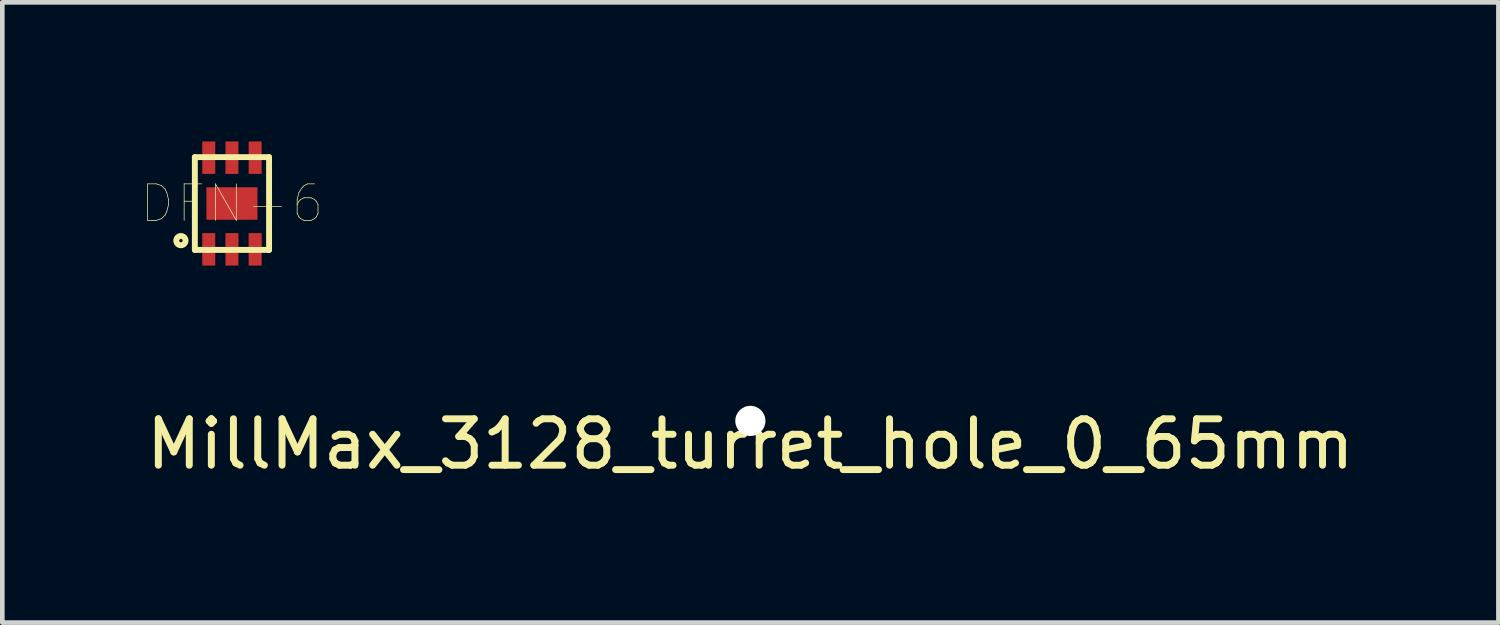
<source format=kicad_pcb>
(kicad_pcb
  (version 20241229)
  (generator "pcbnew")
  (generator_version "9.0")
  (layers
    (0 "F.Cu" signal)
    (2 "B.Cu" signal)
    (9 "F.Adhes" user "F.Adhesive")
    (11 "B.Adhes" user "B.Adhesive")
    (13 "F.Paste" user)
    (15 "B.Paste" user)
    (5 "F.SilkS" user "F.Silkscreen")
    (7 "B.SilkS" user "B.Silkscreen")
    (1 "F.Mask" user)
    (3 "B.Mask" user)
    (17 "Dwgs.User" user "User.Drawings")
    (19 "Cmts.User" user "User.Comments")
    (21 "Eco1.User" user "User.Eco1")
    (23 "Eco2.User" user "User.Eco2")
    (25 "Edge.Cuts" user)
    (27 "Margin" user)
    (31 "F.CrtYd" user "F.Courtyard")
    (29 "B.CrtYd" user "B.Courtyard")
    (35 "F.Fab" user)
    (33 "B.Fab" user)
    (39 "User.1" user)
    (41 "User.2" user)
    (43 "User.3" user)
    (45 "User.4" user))
  (footprint "DFN-6"
    (layer "F.Cu")
    (at 1.95 1.337)
    (property "Reference" "DFN-6" (at 0 0 0) (layer "F.SilkS") (effects (font (size 0.787 0.787) (thickness 0.015))))
    (attr through_hole)
    (fp_line (start -0.8 -1) (end 0.8 -1) (stroke (width 0.127) (type solid)) (layer "F.SilkS"))
    (fp_line (start -0.8 1) (end -0.8 -1) (stroke (width 0.127) (type solid)) (layer "F.SilkS"))
    (fp_line (start 0.8 -1) (end 0.8 1) (stroke (width 0.127) (type solid)) (layer "F.SilkS"))
    (fp_line (start 0.8 1) (end -0.8 1) (stroke (width 0.127) (type solid)) (layer "F.SilkS"))
    (fp_circle (center -1.1 0.8) (end -1 0.8) (stroke (width 0.127) (type solid)) (fill no) (layer "F.SilkS"))
    (fp_poly (pts (xy -0.55 -0.35) (xy -0.3 -0.35) (xy -0.3 -0.1) (xy -0.55 -0.1)) (stroke (width 0.01) (type solid)) (fill yes) (layer "F.Paste"))
    (fp_poly (pts (xy -0.55 0.1) (xy -0.3 0.1) (xy -0.3 0.35) (xy -0.55 0.35)) (stroke (width 0.01) (type solid)) (fill yes) (layer "F.Paste"))
    (fp_poly (pts (xy -0.15 -0.35) (xy 0.15 -0.35) (xy 0.15 -0.1) (xy -0.15 -0.1)) (stroke (width 0.01) (type solid)) (fill yes) (layer "F.Paste"))
    (fp_poly (pts (xy -0.15 0.1) (xy 0.15 0.1) (xy 0.15 0.35) (xy -0.15 0.35)) (stroke (width 0.01) (type solid)) (fill yes) (layer "F.Paste"))
    (fp_poly (pts (xy 0.3 -0.35) (xy 0.55 -0.35) (xy 0.55 -0.1) (xy 0.3 -0.1)) (stroke (width 0.01) (type solid)) (fill yes) (layer "F.Paste"))
    (fp_poly (pts (xy 0.3 0.1) (xy 0.55 0.1) (xy 0.55 0.35) (xy 0.3 0.35)) (stroke (width 0.01) (type solid)) (fill yes) (layer "F.Paste"))
    (pad "1" smd rect (at -0.5 0.988) (size 0.28 0.7) (layers "F.Cu" "F.Mask" "F.Paste"))
    (pad "2" smd rect (at 0 0.988) (size 0.28 0.7) (layers "F.Cu" "F.Mask" "F.Paste"))
    (pad "3" smd rect (at 0.5 0.988) (size 0.28 0.7) (layers "F.Cu" "F.Mask" "F.Paste"))
    (pad "4" smd rect (at 0.5 -0.988) (size 0.28 0.7) (layers "F.Cu" "F.Mask" "F.Paste"))
    (pad "5" smd rect (at 0 -0.988) (size 0.28 0.7) (layers "F.Cu" "F.Mask" "F.Paste"))
    (pad "6" smd rect (at -0.5 -0.988) (size 0.28 0.7) (layers "F.Cu" "F.Mask" "F.Paste"))
    (pad "P$1" smd rect (at 0 0) (size 1.1 0.7) (layers "F.Cu" "F.Mask")))
  (footprint "MillMax_3128_turret_hole_0_65mm"
    (layer "F.Cu")
    (at 13.125 6.023)
    (property "Reference" "MillMax_3128_turret_hole_0_65mm" (at 0 0.5 0) (layer "F.SilkS") (effects (font (size 1 1) (thickness 0.15))))
    (attr through_hole)
    (pad "" np_thru_hole circle (at 0 0) (size 0.65 0.65) (drill 0.65) (layers "*.Cu" "*.Mask")))
  (gr_rect
    (start -3 -3)
    (end 29.25 10.371)
    (stroke (width 0.1) (type default))
    (fill no)
    (layer "Edge.Cuts")))
</source>
